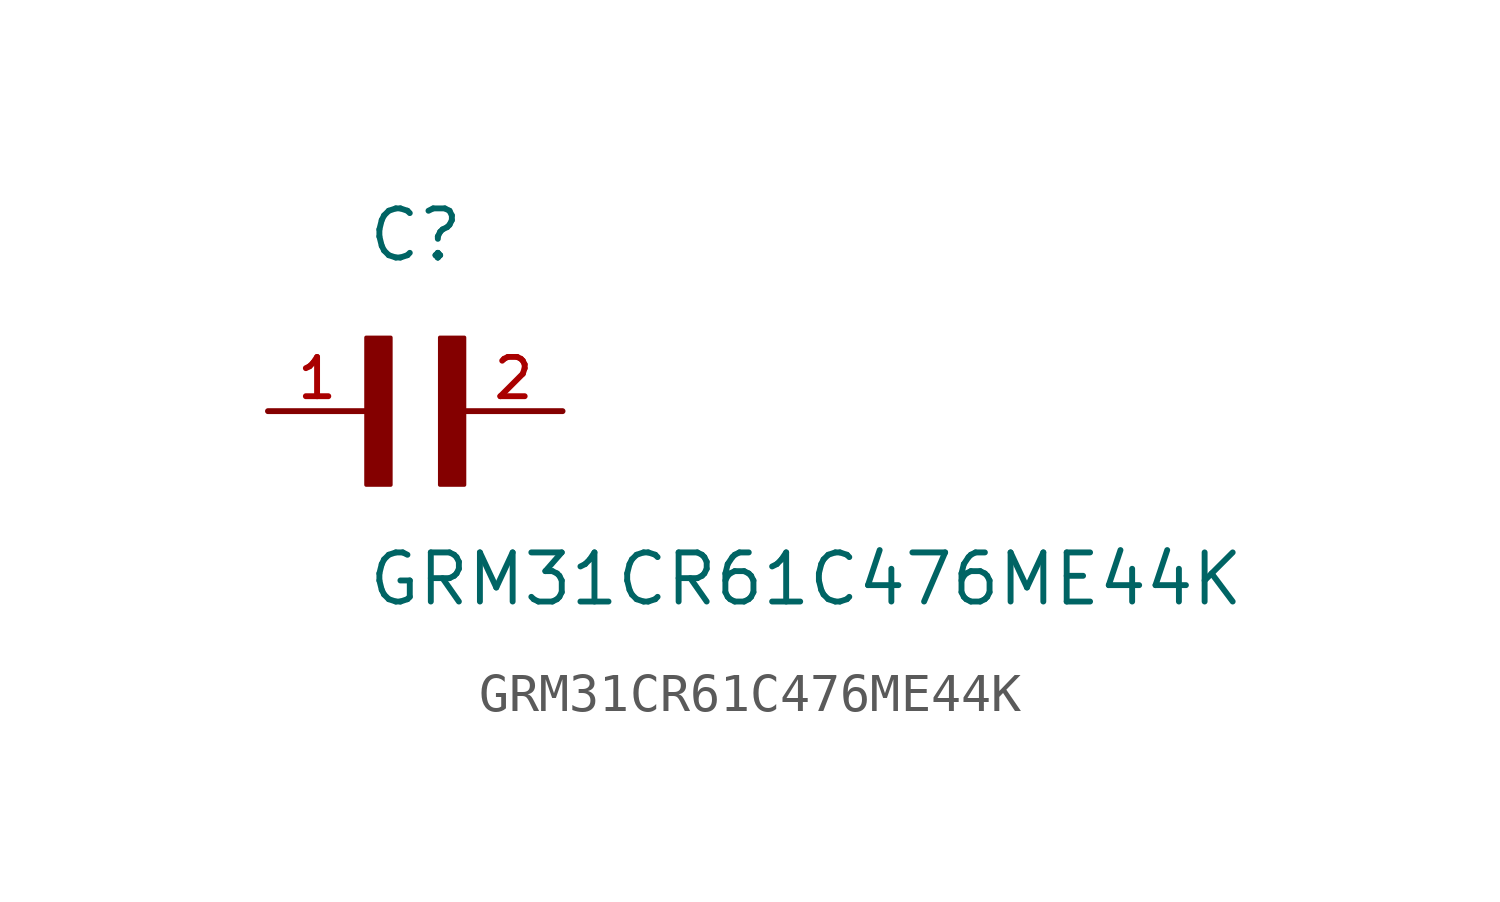
<source format=kicad_sym>
(kicad_symbol_lib
  (version 20211014)
  (generator kicad_symbol_editor)
  (symbol "GRM31CR61C476ME44K"
    (pin_names
      (offset 1.016))
    (property "Reference" "C"
      (at 0.0 3.811 0)
      (effects (font (size 1.27 1.27)) (justify bottom left)))
    (property "Value" "GRM31CR61C476ME44K"
      (at 0.0 -5.088 0)
      (effects (font (size 1.27 1.27)) (justify bottom left)))
    (symbol "GRM31CR61C476ME44K_0_0"
      (rectangle (start 0.0 -1.907) (end 0.635 1.905) (stroke (width 0.1)) (fill (type outline)))
      (rectangle (start 1.907 -1.907) (end 2.54 1.905) (stroke (width 0.1)) (fill (type outline)))
      (pin passive line (at 5.08 0.0 180.0) (length 2.54) (name "~" (effects (font (size 1.016 1.016)))) (number "2" (effects (font (size 1.016 1.016)))))
      (pin passive line (at -2.54 0.0 0) (length 2.54) (name "~" (effects (font (size 1.016 1.016)))) (number "1" (effects (font (size 1.016 1.016))))))))
</source>
